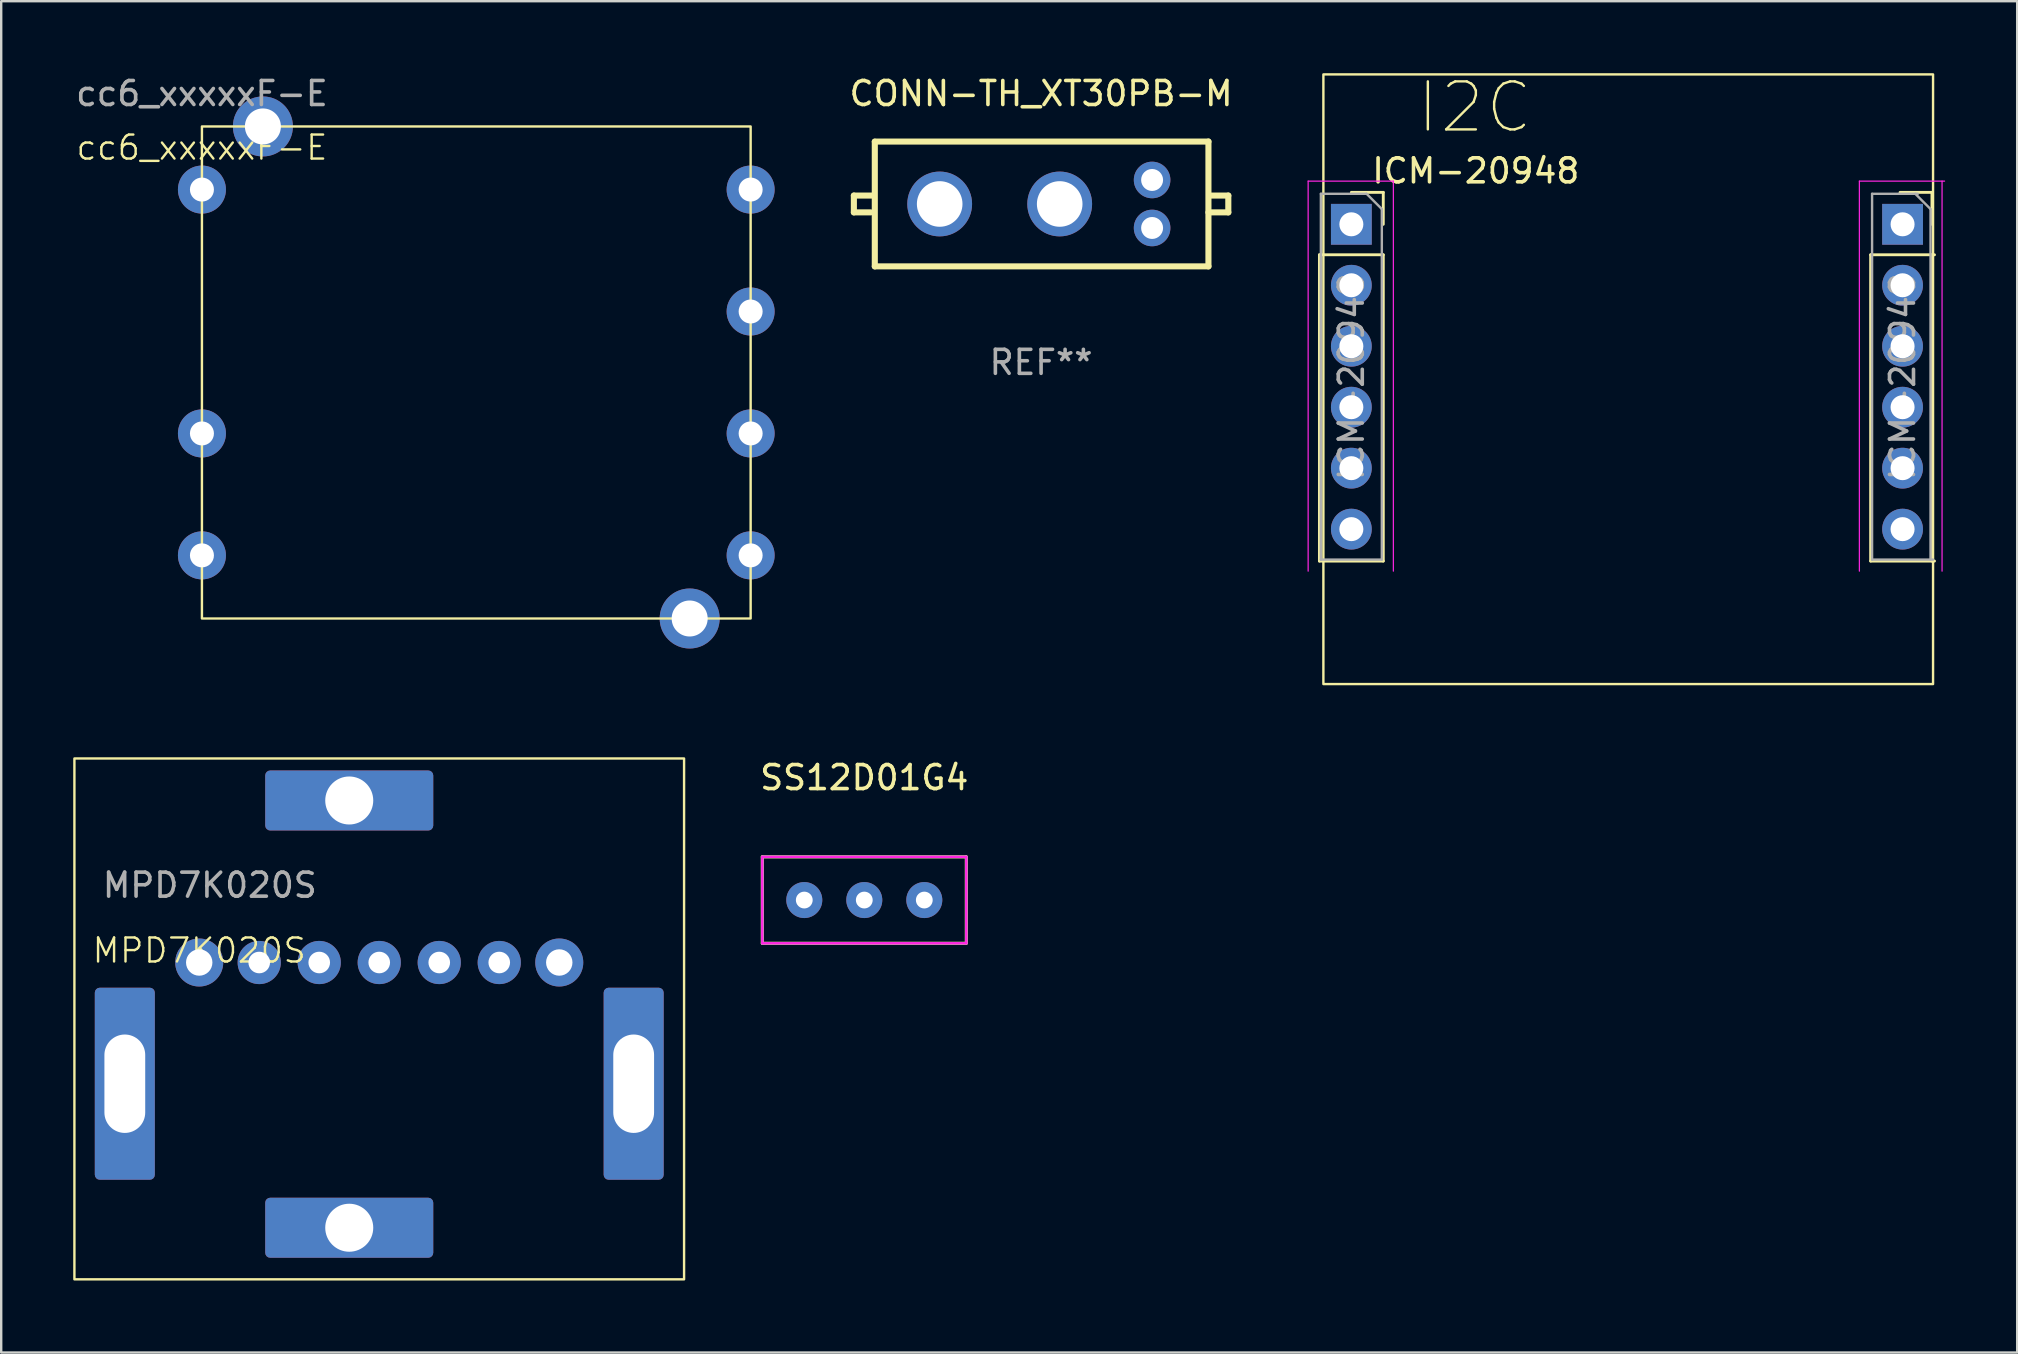
<source format=kicad_pcb>
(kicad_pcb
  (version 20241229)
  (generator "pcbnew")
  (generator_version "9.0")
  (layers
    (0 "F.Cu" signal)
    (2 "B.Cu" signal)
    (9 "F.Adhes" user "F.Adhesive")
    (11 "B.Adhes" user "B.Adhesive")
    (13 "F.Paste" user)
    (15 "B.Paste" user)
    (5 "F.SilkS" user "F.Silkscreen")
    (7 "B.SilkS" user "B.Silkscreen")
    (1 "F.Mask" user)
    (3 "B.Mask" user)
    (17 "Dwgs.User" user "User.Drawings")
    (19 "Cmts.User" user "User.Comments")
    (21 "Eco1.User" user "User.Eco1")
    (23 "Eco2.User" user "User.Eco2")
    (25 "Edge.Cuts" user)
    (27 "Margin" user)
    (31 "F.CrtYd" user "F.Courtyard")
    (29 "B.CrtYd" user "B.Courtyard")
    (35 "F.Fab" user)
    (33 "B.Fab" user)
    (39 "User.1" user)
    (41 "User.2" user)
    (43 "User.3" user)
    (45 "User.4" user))
  (footprint "cc6_xxxxxF-E"
    (layer "F.Cu")
    (at 5.363 4.848)
    (property "Reference" "cc6_xxxxxF-E" (at 0 -1.75 0) (unlocked yes) (layer "F.SilkS") (effects (font (size 1 1) (thickness 0.1))))
    (attr through_hole)
    (fp_rect (start 0 -2.63) (end 22.86 17.87) (stroke (width 0.1) (type default)) (fill no) (layer "F.SilkS"))
    (fp_text user "${REFERENCE}" (at 0 -4 0) (unlocked yes) (layer "F.Fab") (effects (font (size 1 1) (thickness 0.15))))
    (pad "" thru_hole circle (at 2.54 -2.63) (size 2.5 2.5) (drill 1.5) (layers "*.Cu" "*.Mask"))
    (pad "" thru_hole circle (at 20.32 17.87) (size 2.5 2.5) (drill 1.5) (layers "*.Cu" "*.Mask"))
    (pad "1" thru_hole circle (at 0 0) (size 2 2) (drill 1) (layers "*.Cu" "*.Mask"))
    (pad "2" thru_hole circle (at 0 10.16) (size 2 2) (drill 1) (layers "*.Cu" "*.Mask"))
    (pad "3" thru_hole circle (at 0 15.24) (size 2 2) (drill 1) (layers "*.Cu" "*.Mask"))
    (pad "4" thru_hole circle (at 22.86 15.24) (size 2 2) (drill 1) (layers "*.Cu" "*.Mask"))
    (pad "5" thru_hole circle (at 22.86 10.16) (size 2 2) (drill 1) (layers "*.Cu" "*.Mask"))
    (pad "6" thru_hole circle (at 22.86 5.08) (size 2 2) (drill 1) (layers "*.Cu" "*.Mask"))
    (pad "7" thru_hole circle (at 22.86 0) (size 2 2) (drill 1) (layers "*.Cu" "*.Mask")))
  (footprint "CONN-TH_XT30PB-M"
    (layer "F.Cu")
    (at 40.524 5.448)
    (property "Reference" "CONN-TH_XT30PB-M" (at -0.2 -4.6 0) (layer "F.SilkS") (effects (font (size 1 1) (thickness 0.15))))
    (attr through_hole)
    (fp_line (start -8 -0.35) (end -7.172 -0.35) (stroke (width 0.254) (type solid)) (layer "F.SilkS"))
    (fp_line (start -8 0.35) (end -8 -0.35) (stroke (width 0.254) (type solid)) (layer "F.SilkS"))
    (fp_line (start -7.3 0.35) (end -8 0.35) (stroke (width 0.254) (type solid)) (layer "F.SilkS"))
    (fp_line (start -7.128 -2.6) (end 6.772 -2.6) (stroke (width 0.254) (type solid)) (layer "F.SilkS"))
    (fp_line (start -7.128 2.6) (end -7.128 -2.593) (stroke (width 0.254) (type solid)) (layer "F.SilkS"))
    (fp_line (start 6.772 -2.6) (end 6.772 2.6) (stroke (width 0.254) (type solid)) (layer "F.SilkS"))
    (fp_line (start 6.772 2.6) (end -7.128 2.6) (stroke (width 0.254) (type solid)) (layer "F.SilkS"))
    (fp_line (start 6.9 -0.35) (end 7.6 -0.35) (stroke (width 0.254) (type solid)) (layer "F.SilkS"))
    (fp_line (start 7.6 -0.35) (end 7.6 0.35) (stroke (width 0.254) (type solid)) (layer "F.SilkS"))
    (fp_line (start 7.6 0.35) (end 6.772 0.35) (stroke (width 0.254) (type solid)) (layer "F.SilkS"))
    (fp_circle (center 6.772 -2.6) (end 6.802 -2.6) (stroke (width 0.06) (type solid)) (fill no) (layer "F.SilkS"))
    (fp_text user "REF**" (at -0.2 6.6 0) (layer "F.Fab") (effects (font (size 1 1) (thickness 0.15))))
    (pad "1" thru_hole circle (at 4.425 -1) (size 1.524 1.524) (drill 0.914) (layers "*.Cu" "*.Mask"))
    (pad "2" thru_hole circle (at 4.425 1) (size 1.524 1.524) (drill 0.914) (layers "*.Cu" "*.Mask"))
    (pad "3" thru_hole circle (at 0.575 0) (size 2.7 2.7) (drill 1.9) (layers "*.Cu" "*.Mask"))
    (pad "4" thru_hole circle (at -4.425 0) (size 2.7 2.7) (drill 1.9) (layers "*.Cu" "*.Mask")))
  (footprint "MPD7K020S"
    (layer "F.Cu")
    (at 5.25 37.05)
    (property "Reference" "MPD7K020S" (at 0 -0.5 0) (unlocked yes) (layer "F.SilkS") (effects (font (size 1 1) (thickness 0.1))))
    (attr through_hole)
    (fp_rect (start -5.2 -8.5) (end 20.2 13.2) (stroke (width 0.1) (type default)) (fill no) (layer "F.SilkS"))
    (fp_text user "${REFERENCE}" (at 0.44 -3.22 0) (unlocked yes) (layer "F.Fab") (effects (font (size 1 1) (thickness 0.15))))
    (pad "1" thru_hole circle (at 0 0) (size 2 2) (drill 1.1) (layers "*.Cu" "*.Mask"))
    (pad "1" thru_hole circle (at 2.5 0) (size 1.8 1.8) (drill 0.9) (layers "*.Cu" "*.Mask"))
    (pad "3" thru_hole roundrect (at -3.1 5.05) (size 2.5 8) (drill oval 1.7 4.1) (layers "*.Cu" "*.Mask") (roundrect_rratio 0.083))
    (pad "3" thru_hole circle (at 5 0) (size 1.8 1.8) (drill 0.9) (layers "*.Cu" "*.Mask"))
    (pad "3" thru_hole roundrect (at 6.25 -6.75) (size 7 2.5) (drill 2) (layers "*.Cu" "*.Mask") (roundrect_rratio 0.083))
    (pad "3" thru_hole roundrect (at 6.25 11.05) (size 7 2.5) (drill 2) (layers "*.Cu" "*.Mask") (roundrect_rratio 0.083))
    (pad "3" thru_hole circle (at 7.5 0) (size 1.8 1.8) (drill 0.9) (layers "*.Cu" "*.Mask"))
    (pad "3" thru_hole roundrect (at 18.1 5.05) (size 2.5 8) (drill oval 1.7 4.1) (layers "*.Cu" "*.Mask") (roundrect_rratio 0.083))
    (pad "5" thru_hole circle (at 10 0) (size 1.8 1.8) (drill 0.9) (layers "*.Cu" "*.Mask"))
    (pad "6" thru_hole circle (at 12.5 0) (size 1.8 1.8) (drill 0.9) (layers "*.Cu" "*.Mask"))
    (pad "6" thru_hole circle (at 15 0) (size 2 2) (drill 1.1) (layers "*.Cu" "*.Mask")))
  (footprint "SS12D01G4"
    (layer "F.Cu")
    (at 32.958 34.448)
    (property "Reference" "SS12D01G4" (at 0 -5.1 0) (layer "F.SilkS") (effects (font (size 1 1) (thickness 0.15))))
    (attr through_hole)
    (fp_line (start -4.25 -1.8) (end -4.25 1.8) (stroke (width 0.127) (type solid)) (layer "F.SilkS"))
    (fp_line (start -4.25 -1.8) (end 4.25 -1.8) (stroke (width 0.127) (type solid)) (layer "F.SilkS"))
    (fp_line (start -4.25 1.8) (end 4.25 1.8) (stroke (width 0.127) (type solid)) (layer "F.SilkS"))
    (fp_line (start 4.25 1.8) (end 4.25 -1.8) (stroke (width 0.127) (type solid)) (layer "F.SilkS"))
    (fp_line (start -4.25 -1.8) (end -4.25 1.8) (stroke (width 0.1) (type solid)) (layer "F.CrtYd"))
    (fp_line (start -4.25 -1.8) (end 4.25 -1.8) (stroke (width 0.1) (type solid)) (layer "F.CrtYd"))
    (fp_line (start -4.25 1.8) (end 4.25 1.8) (stroke (width 0.1) (type solid)) (layer "F.CrtYd"))
    (fp_line (start 4.25 1.8) (end 4.25 -1.8) (stroke (width 0.1) (type solid)) (layer "F.CrtYd"))
    (fp_line (start -4.25 -1.8) (end -4.25 1.8) (stroke (width 0.1) (type solid)) (layer "F.Fab"))
    (fp_line (start -4.25 -1.8) (end 4.25 -1.8) (stroke (width 0.1) (type solid)) (layer "F.Fab"))
    (fp_line (start -4.25 1.8) (end 4.25 1.8) (stroke (width 0.1) (type solid)) (layer "F.Fab"))
    (fp_line (start 4.25 1.8) (end 4.25 -1.8) (stroke (width 0.1) (type solid)) (layer "F.Fab"))
    (pad "1" thru_hole circle (at -2.5 0) (size 1.5 1.5) (drill 0.7) (layers "*.Cu" "*.Mask"))
    (pad "2" thru_hole circle (at 0 0) (size 1.5 1.5) (drill 0.7) (layers "*.Cu" "*.Mask"))
    (pad "3" thru_hole circle (at 2.5 0) (size 1.5 1.5) (drill 0.7) (layers "*.Cu" "*.Mask")))
  (footprint "ICM-20948"
    (layer "F.Cu")
    (at 53.355 6.4)
    (property "Reference" "ICM-20948" (at 5.08 -2.33 0) (layer "F.SilkS") (effects (font (size 1 1) (thickness 0.15))))
    (attr through_hole)
    (fp_line (start -1.435 1.165) (end -1.435 13.925) (stroke (width 0.12) (type solid)) (layer "F.SilkS"))
    (fp_line (start -1.435 1.165) (end 1.225 1.165) (stroke (width 0.12) (type solid)) (layer "F.SilkS"))
    (fp_line (start -1.435 13.925) (end 1.225 13.925) (stroke (width 0.12) (type solid)) (layer "F.SilkS"))
    (fp_line (start -0.105 -1.435) (end 1.225 -1.435) (stroke (width 0.12) (type solid)) (layer "F.SilkS"))
    (fp_line (start 1.225 -1.435) (end 1.225 -0.105) (stroke (width 0.12) (type solid)) (layer "F.SilkS"))
    (fp_line (start 1.225 1.165) (end 1.225 13.925) (stroke (width 0.12) (type solid)) (layer "F.SilkS"))
    (fp_line (start 21.53 1.165) (end 21.53 13.925) (stroke (width 0.12) (type solid)) (layer "F.SilkS"))
    (fp_line (start 21.53 1.165) (end 24.19 1.165) (stroke (width 0.12) (type solid)) (layer "F.SilkS"))
    (fp_line (start 21.53 13.925) (end 24.19 13.925) (stroke (width 0.12) (type solid)) (layer "F.SilkS"))
    (fp_line (start 22.755 -1.435) (end 24.085 -1.435) (stroke (width 0.12) (type solid)) (layer "F.SilkS"))
    (fp_line (start 24.085 -1.435) (end 24.085 -0.105) (stroke (width 0.12) (type solid)) (layer "F.SilkS"))
    (fp_line (start 24.085 1.165) (end 24.085 13.925) (stroke (width 0.12) (type solid)) (layer "F.SilkS"))
    (fp_rect (start -1.27 -6.35) (end 24.13 19.05) (stroke (width 0.1) (type default)) (fill no) (layer "F.SilkS"))
    (fp_line (start -1.905 -1.905) (end 1.645 -1.905) (stroke (width 0.05) (type solid)) (layer "F.CrtYd"))
    (fp_line (start -1.905 14.345) (end -1.905 -1.905) (stroke (width 0.05) (type solid)) (layer "F.CrtYd"))
    (fp_line (start 1.645 -1.905) (end 1.645 14.345) (stroke (width 0.05) (type solid)) (layer "F.CrtYd"))
    (fp_line (start 21.06 -1.905) (end 24.61 -1.905) (stroke (width 0.05) (type solid)) (layer "F.CrtYd"))
    (fp_line (start 21.06 14.345) (end 21.06 -1.905) (stroke (width 0.05) (type solid)) (layer "F.CrtYd"))
    (fp_line (start 24.505 -1.905) (end 24.505 14.345) (stroke (width 0.05) (type solid)) (layer "F.CrtYd"))
    (fp_line (start -1.375 -1.375) (end 0.53 -1.375) (stroke (width 0.1) (type solid)) (layer "F.Fab"))
    (fp_line (start -1.375 13.865) (end -1.375 -1.375) (stroke (width 0.1) (type solid)) (layer "F.Fab"))
    (fp_line (start 0.53 -1.375) (end 1.165 -0.74) (stroke (width 0.1) (type solid)) (layer "F.Fab"))
    (fp_line (start 1.165 -0.74) (end 1.165 13.865) (stroke (width 0.1) (type solid)) (layer "F.Fab"))
    (fp_line (start 1.165 13.865) (end -1.375 13.865) (stroke (width 0.1) (type solid)) (layer "F.Fab"))
    (fp_line (start 21.59 -1.375) (end 23.495 -1.375) (stroke (width 0.1) (type solid)) (layer "F.Fab"))
    (fp_line (start 21.59 13.865) (end 21.59 -1.375) (stroke (width 0.1) (type solid)) (layer "F.Fab"))
    (fp_line (start 23.39 -1.375) (end 24.025 -0.74) (stroke (width 0.1) (type solid)) (layer "F.Fab"))
    (fp_line (start 24.025 -0.74) (end 24.025 13.865) (stroke (width 0.1) (type solid)) (layer "F.Fab"))
    (fp_line (start 24.13 13.865) (end 21.59 13.865) (stroke (width 0.1) (type solid)) (layer "F.Fab"))
    (fp_text user "I2C" (at 2.54 -3.81 0) (unlocked yes) (layer "F.SilkS") (effects (font (size 2 2) (thickness 0.1)) (justify left bottom)))
    (fp_text user "${REFERENCE}" (at -0.105 6.245 90) (layer "F.Fab") (effects (font (size 1 1) (thickness 0.15))))
    (fp_text user "${REFERENCE}" (at 22.86 6.245 90) (layer "F.Fab") (effects (font (size 1 1) (thickness 0.15))))
    (pad "1" thru_hole rect (at -0.105 -0.105) (size 1.7 1.7) (drill 1) (layers "*.Cu" "*.Mask"))
    (pad "2" thru_hole oval (at -0.105 2.435) (size 1.7 1.7) (drill 1) (layers "*.Cu" "*.Mask"))
    (pad "3" thru_hole oval (at -0.105 4.975) (size 1.7 1.7) (drill 1) (layers "*.Cu" "*.Mask"))
    (pad "4" thru_hole oval (at -0.105 7.515) (size 1.7 1.7) (drill 1) (layers "*.Cu" "*.Mask"))
    (pad "5" thru_hole oval (at -0.105 10.055) (size 1.7 1.7) (drill 1) (layers "*.Cu" "*.Mask"))
    (pad "6" thru_hole oval (at -0.105 12.595) (size 1.7 1.7) (drill 1) (layers "*.Cu" "*.Mask"))
    (pad "7" thru_hole oval (at 22.86 12.595) (size 1.7 1.7) (drill 1) (layers "*.Cu" "*.Mask"))
    (pad "8" thru_hole oval (at 22.86 10.055) (size 1.7 1.7) (drill 1) (layers "*.Cu" "*.Mask"))
    (pad "9" thru_hole oval (at 22.86 7.515) (size 1.7 1.7) (drill 1) (layers "*.Cu" "*.Mask"))
    (pad "10" thru_hole oval (at 22.86 4.975) (size 1.7 1.7) (drill 1) (layers "*.Cu" "*.Mask"))
    (pad "11" thru_hole oval (at 22.86 2.435) (size 1.7 1.7) (drill 1) (layers "*.Cu" "*.Mask"))
    (pad "12" thru_hole rect (at 22.86 -0.105) (size 1.7 1.7) (drill 1) (layers "*.Cu" "*.Mask")))
  (gr_rect
    (start -3 -3)
    (end 80.99 53.3)
    (stroke (width 0.1) (type default))
    (fill no)
    (layer "Edge.Cuts")))
</source>
